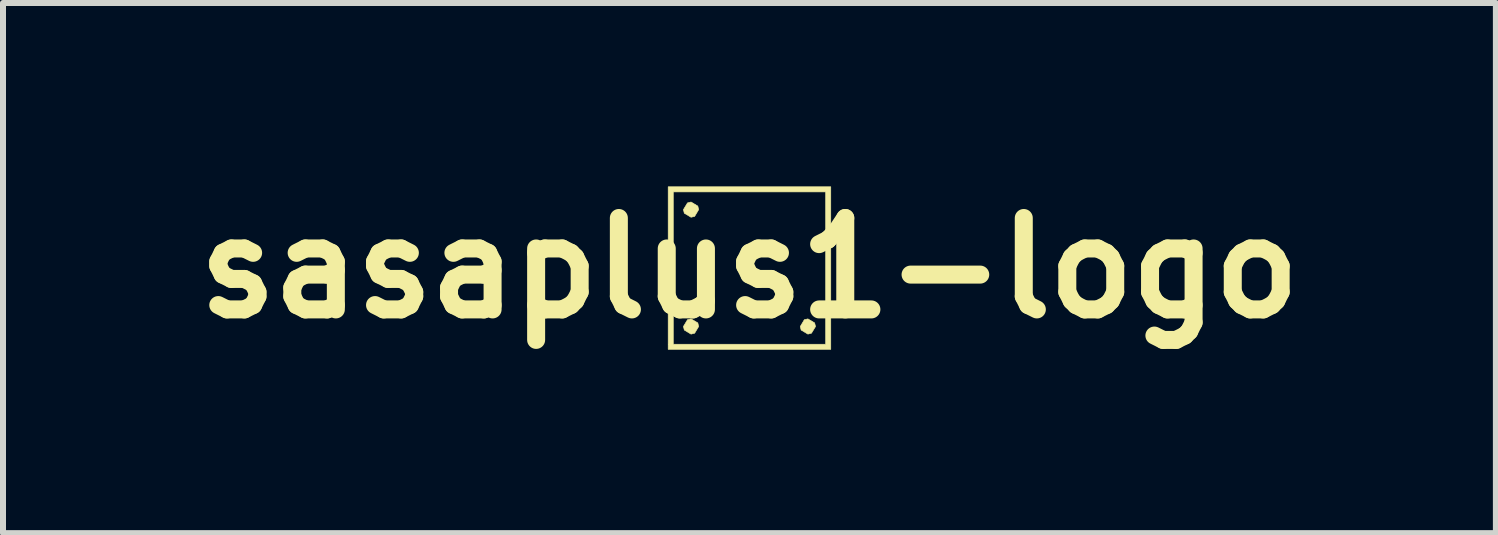
<source format=kicad_pcb>
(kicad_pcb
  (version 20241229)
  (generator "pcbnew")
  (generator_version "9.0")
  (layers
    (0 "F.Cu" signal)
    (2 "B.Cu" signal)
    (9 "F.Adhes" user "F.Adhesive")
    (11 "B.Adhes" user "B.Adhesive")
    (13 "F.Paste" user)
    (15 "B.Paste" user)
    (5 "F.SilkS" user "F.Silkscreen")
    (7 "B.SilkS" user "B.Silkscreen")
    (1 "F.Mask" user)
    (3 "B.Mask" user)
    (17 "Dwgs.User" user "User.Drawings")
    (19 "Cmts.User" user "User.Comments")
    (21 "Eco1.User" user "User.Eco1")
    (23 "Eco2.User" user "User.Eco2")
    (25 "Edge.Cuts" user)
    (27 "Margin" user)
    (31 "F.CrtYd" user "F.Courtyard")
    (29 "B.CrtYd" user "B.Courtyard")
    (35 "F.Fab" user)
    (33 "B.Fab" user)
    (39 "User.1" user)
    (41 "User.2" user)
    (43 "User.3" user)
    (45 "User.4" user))
  (footprint "sasaplus1-logo"
    (layer "F.Cu")
    (at 9.442 1.418)
    (property "Reference" "sasaplus1-logo" (at 0 0 0) (layer "F.SilkS") (effects (font (size 1.524 1.524) (thickness 0.3))))
    (attr through_hole)
    (fp_poly (pts (xy -0.861 -1.033) (xy -0.847 -0.974) (xy -0.914 -0.861) (xy -0.974 -0.847) (xy -1.086 -0.914) (xy -1.101 -0.974) (xy -1.033 -1.086) (xy -0.974 -1.101) (xy -0.861 -1.033)) (stroke (width 0.01) (type solid)) (fill yes) (layer "F.SilkS"))
    (fp_poly (pts (xy -0.861 0.914) (xy -0.847 0.974) (xy -0.914 1.086) (xy -0.974 1.101) (xy -1.086 1.033) (xy -1.101 0.974) (xy -1.033 0.861) (xy -0.974 0.847) (xy -0.861 0.914)) (stroke (width 0.01) (type solid)) (fill yes) (layer "F.SilkS"))
    (fp_poly (pts (xy 1.086 0.914) (xy 1.101 0.974) (xy 1.033 1.086) (xy 0.974 1.101) (xy 0.861 1.033) (xy 0.847 0.974) (xy 0.914 0.861) (xy 0.974 0.847) (xy 1.086 0.914)) (stroke (width 0.01) (type solid)) (fill yes) (layer "F.SilkS"))
    (fp_poly (pts (xy 1.355 1.355) (xy -1.355 1.355) (xy -1.355 -1.27) (xy -1.27 -1.27) (xy -1.27 1.27) (xy 1.27 1.27) (xy 1.27 -1.27) (xy -1.27 -1.27) (xy -1.355 -1.27) (xy -1.355 -1.355) (xy 1.355 -1.355) (xy 1.355 1.355)) (stroke (width 0.01) (type solid)) (fill yes) (layer "F.SilkS")))
  (gr_rect
    (start -3 -3)
    (end 21.883 5.836)
    (stroke (width 0.1) (type default))
    (fill no)
    (layer "Edge.Cuts")))
</source>
